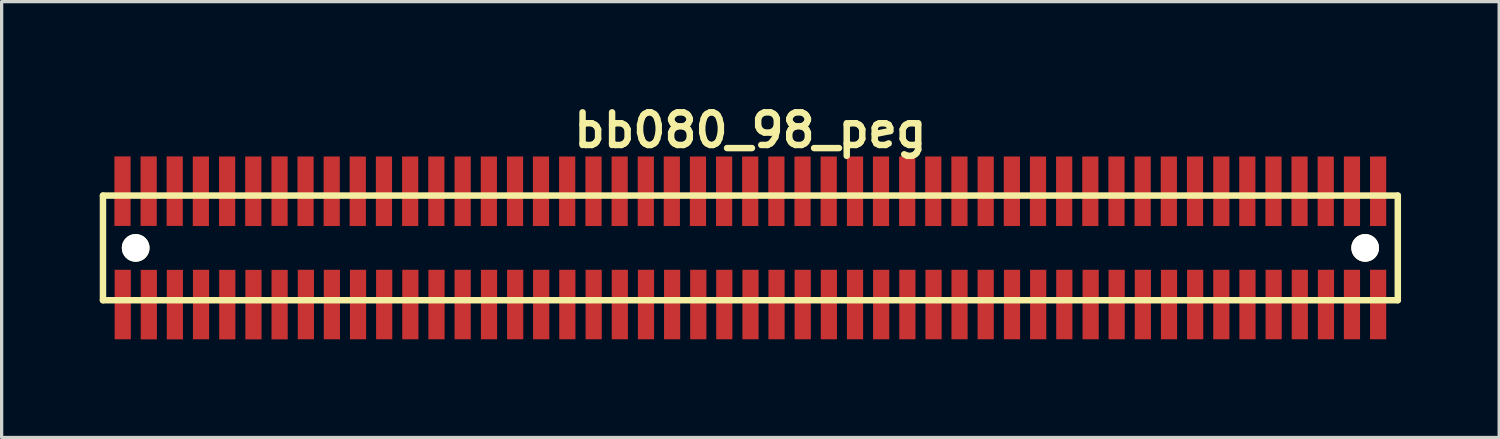
<source format=kicad_pcb>
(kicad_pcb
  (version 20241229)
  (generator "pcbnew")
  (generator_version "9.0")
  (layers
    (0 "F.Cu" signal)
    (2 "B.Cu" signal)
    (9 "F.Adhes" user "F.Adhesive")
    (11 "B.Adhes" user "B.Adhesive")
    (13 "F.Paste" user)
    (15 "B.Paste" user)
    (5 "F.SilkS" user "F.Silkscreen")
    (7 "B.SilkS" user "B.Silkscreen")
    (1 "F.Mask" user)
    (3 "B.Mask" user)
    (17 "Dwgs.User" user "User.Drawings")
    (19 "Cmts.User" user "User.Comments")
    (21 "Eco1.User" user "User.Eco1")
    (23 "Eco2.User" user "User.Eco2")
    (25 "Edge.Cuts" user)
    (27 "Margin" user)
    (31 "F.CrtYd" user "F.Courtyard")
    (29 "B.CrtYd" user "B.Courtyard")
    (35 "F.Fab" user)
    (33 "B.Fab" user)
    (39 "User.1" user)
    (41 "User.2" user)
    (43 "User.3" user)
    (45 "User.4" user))
  (footprint "bb080_98_peg"
    (layer "F.Cu")
    (at 19.898 4.531)
    (property "Reference" "bb080_98_peg" (at 0 -3.599 0) (layer "F.SilkS") (effects (font (size 0.998 0.998) (thickness 0.198))))
    (attr through_hole)
    (fp_line (start -19.799 -1.6) (end -19.799 1.6) (stroke (width 0.198) (type solid)) (layer "F.SilkS"))
    (fp_line (start -19.799 1.6) (end 19.799 1.6) (stroke (width 0.198) (type solid)) (layer "F.SilkS"))
    (fp_line (start 19.799 -1.6) (end -19.799 -1.6) (stroke (width 0.198) (type solid)) (layer "F.SilkS"))
    (fp_line (start 19.799 1.6) (end 19.799 -1.6) (stroke (width 0.198) (type solid)) (layer "F.SilkS"))
    (pad "" np_thru_hole circle (at -18.799 0) (size 0.848 0.848) (drill 0.848) (layers "*.Cu" "*.Mask" "F.SilkS"))
    (pad "" np_thru_hole circle (at 18.801 0) (size 0.848 0.848) (drill 0.848) (layers "*.Cu" "*.Mask" "F.SilkS"))
    (pad "1" smd rect (at -19.195 1.732) (size 0.495 2.126) (layers "F.Cu" "F.Mask" "F.Paste"))
    (pad "2" smd rect (at -19.202 -1.735) (size 0.495 2.126) (layers "F.Cu" "F.Mask" "F.Paste"))
    (pad "3" smd rect (at -18.397 1.735) (size 0.495 2.126) (layers "F.Cu" "F.Mask" "F.Paste"))
    (pad "4" smd rect (at -18.402 -1.735) (size 0.495 2.126) (layers "F.Cu" "F.Mask" "F.Paste"))
    (pad "5" smd rect (at -17.6 1.735) (size 0.495 2.126) (layers "F.Cu" "F.Mask" "F.Paste"))
    (pad "6" smd rect (at -17.605 -1.735) (size 0.495 2.126) (layers "F.Cu" "F.Mask" "F.Paste"))
    (pad "7" smd rect (at -16.8 1.732) (size 0.495 2.126) (layers "F.Cu" "F.Mask" "F.Paste"))
    (pad "8" smd rect (at -16.805 -1.732) (size 0.495 2.126) (layers "F.Cu" "F.Mask" "F.Paste"))
    (pad "9" smd rect (at -15.997 1.735) (size 0.495 2.126) (layers "F.Cu" "F.Mask" "F.Paste"))
    (pad "10" smd rect (at -16.002 -1.732) (size 0.495 2.126) (layers "F.Cu" "F.Mask" "F.Paste"))
    (pad "11" smd rect (at -15.197 1.735) (size 0.495 2.126) (layers "F.Cu" "F.Mask" "F.Paste"))
    (pad "12" smd rect (at -15.202 -1.732) (size 0.495 2.126) (layers "F.Cu" "F.Mask" "F.Paste"))
    (pad "13" smd rect (at -14.397 1.735) (size 0.495 2.126) (layers "F.Cu" "F.Mask" "F.Paste"))
    (pad "14" smd rect (at -14.399 -1.735) (size 0.495 2.126) (layers "F.Cu" "F.Mask" "F.Paste"))
    (pad "15" smd rect (at -13.594 1.732) (size 0.495 2.126) (layers "F.Cu" "F.Mask" "F.Paste"))
    (pad "16" smd rect (at -13.604 -1.732) (size 0.495 2.126) (layers "F.Cu" "F.Mask" "F.Paste"))
    (pad "17" smd rect (at -12.799 1.732) (size 0.495 2.126) (layers "F.Cu" "F.Mask" "F.Paste"))
    (pad "18" smd rect (at -12.804 -1.732) (size 0.495 2.126) (layers "F.Cu" "F.Mask" "F.Paste"))
    (pad "19" smd rect (at -11.999 1.732) (size 0.495 2.126) (layers "F.Cu" "F.Mask" "F.Paste"))
    (pad "20" smd rect (at -12.007 -1.732) (size 0.495 2.126) (layers "F.Cu" "F.Mask" "F.Paste"))
    (pad "21" smd rect (at -11.199 1.732) (size 0.495 2.126) (layers "F.Cu" "F.Mask" "F.Paste"))
    (pad "22" smd rect (at -11.206 -1.732) (size 0.495 2.126) (layers "F.Cu" "F.Mask" "F.Paste"))
    (pad "23" smd rect (at -10.399 1.732) (size 0.495 2.126) (layers "F.Cu" "F.Mask" "F.Paste"))
    (pad "24" smd rect (at -10.404 -1.732) (size 0.495 2.126) (layers "F.Cu" "F.Mask" "F.Paste"))
    (pad "25" smd rect (at -9.599 1.732) (size 0.495 2.126) (layers "F.Cu" "F.Mask" "F.Paste"))
    (pad "26" smd rect (at -9.604 -1.732) (size 0.495 2.126) (layers "F.Cu" "F.Mask" "F.Paste"))
    (pad "27" smd rect (at -8.799 1.732) (size 0.495 2.126) (layers "F.Cu" "F.Mask" "F.Paste"))
    (pad "28" smd rect (at -8.799 -1.732) (size 0.495 2.126) (layers "F.Cu" "F.Mask" "F.Paste"))
    (pad "29" smd rect (at -7.993 1.732) (size 0.495 2.126) (layers "F.Cu" "F.Mask" "F.Paste"))
    (pad "30" smd rect (at -7.998 -1.732) (size 0.495 2.126) (layers "F.Cu" "F.Mask" "F.Paste"))
    (pad "31" smd rect (at -7.193 1.732) (size 0.495 2.126) (layers "F.Cu" "F.Mask" "F.Paste"))
    (pad "32" smd rect (at -7.198 -1.732) (size 0.495 2.126) (layers "F.Cu" "F.Mask" "F.Paste"))
    (pad "33" smd rect (at -6.398 1.732) (size 0.495 2.126) (layers "F.Cu" "F.Mask" "F.Paste"))
    (pad "34" smd rect (at -6.403 -1.732) (size 0.495 2.126) (layers "F.Cu" "F.Mask" "F.Paste"))
    (pad "35" smd rect (at -5.598 1.732) (size 0.495 2.126) (layers "F.Cu" "F.Mask" "F.Paste"))
    (pad "36" smd rect (at -5.603 -1.732) (size 0.495 2.126) (layers "F.Cu" "F.Mask" "F.Paste"))
    (pad "37" smd rect (at -4.793 1.732) (size 0.495 2.126) (layers "F.Cu" "F.Mask" "F.Paste"))
    (pad "38" smd rect (at -4.798 -1.732) (size 0.495 2.126) (layers "F.Cu" "F.Mask" "F.Paste"))
    (pad "39" smd rect (at -3.993 1.732) (size 0.495 2.126) (layers "F.Cu" "F.Mask" "F.Paste"))
    (pad "40" smd rect (at -3.998 -1.732) (size 0.495 2.126) (layers "F.Cu" "F.Mask" "F.Paste"))
    (pad "41" smd rect (at -3.193 1.732) (size 0.495 2.126) (layers "F.Cu" "F.Mask" "F.Paste"))
    (pad "42" smd rect (at -3.198 -1.732) (size 0.495 2.126) (layers "F.Cu" "F.Mask" "F.Paste"))
    (pad "43" smd rect (at -2.393 1.732) (size 0.495 2.126) (layers "F.Cu" "F.Mask" "F.Paste"))
    (pad "44" smd rect (at -2.403 -1.732) (size 0.495 2.126) (layers "F.Cu" "F.Mask" "F.Paste"))
    (pad "45" smd rect (at -1.593 1.732) (size 0.495 2.126) (layers "F.Cu" "F.Mask" "F.Paste"))
    (pad "46" smd rect (at -1.603 -1.732) (size 0.495 2.126) (layers "F.Cu" "F.Mask" "F.Paste"))
    (pad "47" smd rect (at -0.798 1.732) (size 0.495 2.126) (layers "F.Cu" "F.Mask" "F.Paste"))
    (pad "48" smd rect (at -0.803 -1.732) (size 0.495 2.126) (layers "F.Cu" "F.Mask" "F.Paste"))
    (pad "49" smd rect (at 0.003 1.732) (size 0.495 2.126) (layers "F.Cu" "F.Mask" "F.Paste"))
    (pad "50" smd rect (at -0.005 -1.732) (size 0.495 2.126) (layers "F.Cu" "F.Mask" "F.Paste"))
    (pad "51" smd rect (at 0.8 1.732) (size 0.495 2.126) (layers "F.Cu" "F.Mask" "F.Paste"))
    (pad "52" smd rect (at 0.795 -1.732) (size 0.495 2.126) (layers "F.Cu" "F.Mask" "F.Paste"))
    (pad "53" smd rect (at 1.6 1.732) (size 0.495 2.126) (layers "F.Cu" "F.Mask" "F.Paste"))
    (pad "54" smd rect (at 1.595 -1.732) (size 0.495 2.126) (layers "F.Cu" "F.Mask" "F.Paste"))
    (pad "55" smd rect (at 2.4 1.732) (size 0.495 2.126) (layers "F.Cu" "F.Mask" "F.Paste"))
    (pad "56" smd rect (at 2.395 -1.732) (size 0.495 2.126) (layers "F.Cu" "F.Mask" "F.Paste"))
    (pad "57" smd rect (at 3.2 1.732) (size 0.495 2.126) (layers "F.Cu" "F.Mask" "F.Paste"))
    (pad "58" smd rect (at 3.2 -1.732) (size 0.495 2.126) (layers "F.Cu" "F.Mask" "F.Paste"))
    (pad "59" smd rect (at 4 1.732) (size 0.495 2.126) (layers "F.Cu" "F.Mask" "F.Paste"))
    (pad "60" smd rect (at 3.995 -1.732) (size 0.495 2.126) (layers "F.Cu" "F.Mask" "F.Paste"))
    (pad "61" smd rect (at 4.801 1.732) (size 0.495 2.126) (layers "F.Cu" "F.Mask" "F.Paste"))
    (pad "62" smd rect (at 4.796 -1.732) (size 0.495 2.126) (layers "F.Cu" "F.Mask" "F.Paste"))
    (pad "63" smd rect (at 5.601 1.732) (size 0.495 2.126) (layers "F.Cu" "F.Mask" "F.Paste"))
    (pad "64" smd rect (at 5.593 -1.732) (size 0.495 2.126) (layers "F.Cu" "F.Mask" "F.Paste"))
    (pad "65" smd rect (at 6.396 1.732) (size 0.495 2.126) (layers "F.Cu" "F.Mask" "F.Paste"))
    (pad "66" smd rect (at 6.393 -1.732) (size 0.495 2.126) (layers "F.Cu" "F.Mask" "F.Paste"))
    (pad "67" smd rect (at 7.196 1.732) (size 0.495 2.126) (layers "F.Cu" "F.Mask" "F.Paste"))
    (pad "68" smd rect (at 7.196 -1.732) (size 0.495 2.126) (layers "F.Cu" "F.Mask" "F.Paste"))
    (pad "69" smd rect (at 8.001 1.732) (size 0.495 2.126) (layers "F.Cu" "F.Mask" "F.Paste"))
    (pad "70" smd rect (at 7.996 -1.732) (size 0.495 2.126) (layers "F.Cu" "F.Mask" "F.Paste"))
    (pad "71" smd rect (at 8.801 1.732) (size 0.495 2.126) (layers "F.Cu" "F.Mask" "F.Paste"))
    (pad "72" smd rect (at 8.796 -1.732) (size 0.495 2.126) (layers "F.Cu" "F.Mask" "F.Paste"))
    (pad "73" smd rect (at 9.601 1.732) (size 0.495 2.126) (layers "F.Cu" "F.Mask" "F.Paste"))
    (pad "74" smd rect (at 9.596 -1.732) (size 0.495 2.126) (layers "F.Cu" "F.Mask" "F.Paste"))
    (pad "75" smd rect (at 10.406 1.732) (size 0.495 2.126) (layers "F.Cu" "F.Mask" "F.Paste"))
    (pad "76" smd rect (at 10.396 -1.732) (size 0.495 2.126) (layers "F.Cu" "F.Mask" "F.Paste"))
    (pad "77" smd rect (at 11.201 1.732) (size 0.495 2.126) (layers "F.Cu" "F.Mask" "F.Paste"))
    (pad "78" smd rect (at 11.196 -1.732) (size 0.495 2.126) (layers "F.Cu" "F.Mask" "F.Paste"))
    (pad "79" smd rect (at 12.002 1.732) (size 0.495 2.126) (layers "F.Cu" "F.Mask" "F.Paste"))
    (pad "80" smd rect (at 11.996 -1.732) (size 0.495 2.126) (layers "F.Cu" "F.Mask" "F.Paste"))
    (pad "81" smd rect (at 12.802 1.732) (size 0.495 2.126) (layers "F.Cu" "F.Mask" "F.Paste"))
    (pad "82" smd rect (at 12.797 -1.732) (size 0.495 2.126) (layers "F.Cu" "F.Mask" "F.Paste"))
    (pad "83" smd rect (at 13.602 1.732) (size 0.495 2.126) (layers "F.Cu" "F.Mask" "F.Paste"))
    (pad "84" smd rect (at 13.597 -1.732) (size 0.495 2.126) (layers "F.Cu" "F.Mask" "F.Paste"))
    (pad "85" smd rect (at 14.402 1.732) (size 0.495 2.126) (layers "F.Cu" "F.Mask" "F.Paste"))
    (pad "86" smd rect (at 14.402 -1.732) (size 0.495 2.126) (layers "F.Cu" "F.Mask" "F.Paste"))
    (pad "87" smd rect (at 15.202 1.732) (size 0.495 2.126) (layers "F.Cu" "F.Mask" "F.Paste"))
    (pad "88" smd rect (at 15.197 -1.732) (size 0.495 2.126) (layers "F.Cu" "F.Mask" "F.Paste"))
    (pad "89" smd rect (at 16.002 1.732) (size 0.495 2.126) (layers "F.Cu" "F.Mask" "F.Paste"))
    (pad "90" smd rect (at 15.997 -1.732) (size 0.495 2.126) (layers "F.Cu" "F.Mask" "F.Paste"))
    (pad "91" smd rect (at 16.802 1.732) (size 0.495 2.126) (layers "F.Cu" "F.Mask" "F.Paste"))
    (pad "92" smd rect (at 16.794 -1.732) (size 0.495 2.126) (layers "F.Cu" "F.Mask" "F.Paste"))
    (pad "93" smd rect (at 17.602 1.732) (size 0.495 2.126) (layers "F.Cu" "F.Mask" "F.Paste"))
    (pad "94" smd rect (at 17.595 -1.732) (size 0.495 2.126) (layers "F.Cu" "F.Mask" "F.Paste"))
    (pad "95" smd rect (at 18.397 1.732) (size 0.495 2.126) (layers "F.Cu" "F.Mask" "F.Paste"))
    (pad "96" smd rect (at 18.397 -1.732) (size 0.495 2.126) (layers "F.Cu" "F.Mask" "F.Paste"))
    (pad "97" smd rect (at 19.197 1.732) (size 0.495 2.126) (layers "F.Cu" "F.Mask" "F.Paste"))
    (pad "98" smd rect (at 19.197 -1.732) (size 0.495 2.126) (layers "F.Cu" "F.Mask" "F.Paste")))
  (gr_rect
    (start -3 -3)
    (end 42.797 10.329)
    (stroke (width 0.1) (type default))
    (fill no)
    (layer "Edge.Cuts")))
</source>
